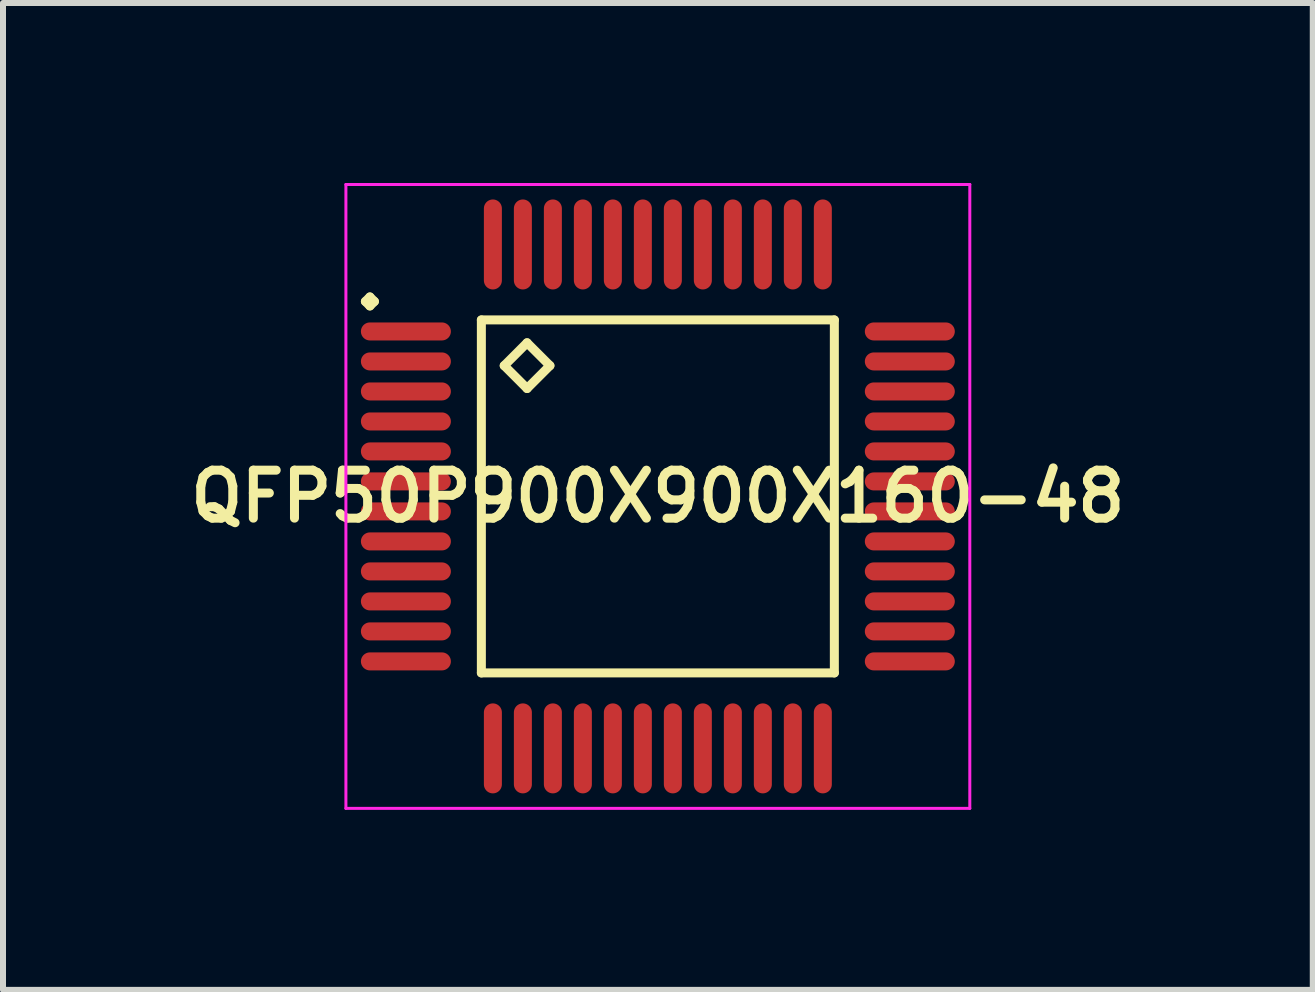
<source format=kicad_pcb>
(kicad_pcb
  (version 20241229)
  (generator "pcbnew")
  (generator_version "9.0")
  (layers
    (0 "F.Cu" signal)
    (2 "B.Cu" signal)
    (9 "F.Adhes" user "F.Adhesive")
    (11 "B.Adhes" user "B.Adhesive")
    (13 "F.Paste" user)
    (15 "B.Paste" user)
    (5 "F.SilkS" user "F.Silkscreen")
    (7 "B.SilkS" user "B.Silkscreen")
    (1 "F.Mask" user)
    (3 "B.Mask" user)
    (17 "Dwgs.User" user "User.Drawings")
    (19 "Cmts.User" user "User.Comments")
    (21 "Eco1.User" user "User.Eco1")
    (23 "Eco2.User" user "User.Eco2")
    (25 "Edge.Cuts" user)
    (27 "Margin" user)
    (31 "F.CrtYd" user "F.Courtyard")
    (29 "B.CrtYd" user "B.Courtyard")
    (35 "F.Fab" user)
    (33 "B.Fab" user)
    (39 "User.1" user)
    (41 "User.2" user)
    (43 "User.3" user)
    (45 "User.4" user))
  (footprint "QFP50P900X900X160-48"
    (layer "F.Cu")
    (at 7.916 5.225)
    (property "Reference" "QFP50P900X900X160-48" (at 0 0 0) (layer "F.SilkS") (effects (font (size 0.8 0.8) (thickness 0.15))))
    (attr smd)
    (fp_line (start -4.875 -3.25) (end -4.8 -3.325) (stroke (width 0.15) (type solid)) (layer "F.SilkS"))
    (fp_line (start -4.8 -3.325) (end -4.725 -3.25) (stroke (width 0.15) (type solid)) (layer "F.SilkS"))
    (fp_line (start -4.8 -3.175) (end -4.875 -3.25) (stroke (width 0.15) (type solid)) (layer "F.SilkS"))
    (fp_line (start -4.725 -3.25) (end -4.8 -3.175) (stroke (width 0.15) (type solid)) (layer "F.SilkS"))
    (fp_line (start -2.942 -2.942) (end -2.942 2.942) (stroke (width 0.15) (type solid)) (layer "F.SilkS"))
    (fp_line (start -2.942 2.942) (end 2.942 2.942) (stroke (width 0.15) (type solid)) (layer "F.SilkS"))
    (fp_line (start -2.561 -2.18) (end -2.18 -2.561) (stroke (width 0.15) (type solid)) (layer "F.SilkS"))
    (fp_line (start -2.18 -2.561) (end -1.799 -2.18) (stroke (width 0.15) (type solid)) (layer "F.SilkS"))
    (fp_line (start -2.18 -1.799) (end -2.561 -2.18) (stroke (width 0.15) (type solid)) (layer "F.SilkS"))
    (fp_line (start -1.799 -2.18) (end -2.18 -1.799) (stroke (width 0.15) (type solid)) (layer "F.SilkS"))
    (fp_line (start 2.942 -2.942) (end -2.942 -2.942) (stroke (width 0.15) (type solid)) (layer "F.SilkS"))
    (fp_line (start 2.942 2.942) (end 2.942 -2.942) (stroke (width 0.15) (type solid)) (layer "F.SilkS"))
    (fp_line (start -5.2 -5.2) (end 5.2 -5.2) (stroke (width 0.05) (type solid)) (layer "F.CrtYd"))
    (fp_line (start -5.2 5.2) (end -5.2 -5.2) (stroke (width 0.05) (type solid)) (layer "F.CrtYd"))
    (fp_line (start 5.2 -5.2) (end 5.2 5.2) (stroke (width 0.05) (type solid)) (layer "F.CrtYd"))
    (fp_line (start 5.2 5.2) (end -5.2 5.2) (stroke (width 0.05) (type solid)) (layer "F.CrtYd"))
    (pad "1" smd oval (at -4.2 -2.75) (size 1.5 0.3) (layers "F.Cu" "F.Mask" "F.Paste"))
    (pad "2" smd oval (at -4.2 -2.25) (size 1.5 0.3) (layers "F.Cu" "F.Mask" "F.Paste"))
    (pad "3" smd oval (at -4.2 -1.75) (size 1.5 0.3) (layers "F.Cu" "F.Mask" "F.Paste"))
    (pad "4" smd oval (at -4.2 -1.25) (size 1.5 0.3) (layers "F.Cu" "F.Mask" "F.Paste"))
    (pad "5" smd oval (at -4.2 -0.75) (size 1.5 0.3) (layers "F.Cu" "F.Mask" "F.Paste"))
    (pad "6" smd oval (at -4.2 -0.25) (size 1.5 0.3) (layers "F.Cu" "F.Mask" "F.Paste"))
    (pad "7" smd oval (at -4.2 0.25) (size 1.5 0.3) (layers "F.Cu" "F.Mask" "F.Paste"))
    (pad "8" smd oval (at -4.2 0.75) (size 1.5 0.3) (layers "F.Cu" "F.Mask" "F.Paste"))
    (pad "9" smd oval (at -4.2 1.25) (size 1.5 0.3) (layers "F.Cu" "F.Mask" "F.Paste"))
    (pad "10" smd oval (at -4.2 1.75) (size 1.5 0.3) (layers "F.Cu" "F.Mask" "F.Paste"))
    (pad "11" smd oval (at -4.2 2.25) (size 1.5 0.3) (layers "F.Cu" "F.Mask" "F.Paste"))
    (pad "12" smd oval (at -4.2 2.75) (size 1.5 0.3) (layers "F.Cu" "F.Mask" "F.Paste"))
    (pad "13" smd oval (at -2.75 4.2) (size 0.3 1.5) (layers "F.Cu" "F.Mask" "F.Paste"))
    (pad "14" smd oval (at -2.25 4.2) (size 0.3 1.5) (layers "F.Cu" "F.Mask" "F.Paste"))
    (pad "15" smd oval (at -1.75 4.2) (size 0.3 1.5) (layers "F.Cu" "F.Mask" "F.Paste"))
    (pad "16" smd oval (at -1.25 4.2) (size 0.3 1.5) (layers "F.Cu" "F.Mask" "F.Paste"))
    (pad "17" smd oval (at -0.75 4.2) (size 0.3 1.5) (layers "F.Cu" "F.Mask" "F.Paste"))
    (pad "18" smd oval (at -0.25 4.2) (size 0.3 1.5) (layers "F.Cu" "F.Mask" "F.Paste"))
    (pad "19" smd oval (at 0.25 4.2) (size 0.3 1.5) (layers "F.Cu" "F.Mask" "F.Paste"))
    (pad "20" smd oval (at 0.75 4.2) (size 0.3 1.5) (layers "F.Cu" "F.Mask" "F.Paste"))
    (pad "21" smd oval (at 1.25 4.2) (size 0.3 1.5) (layers "F.Cu" "F.Mask" "F.Paste"))
    (pad "22" smd oval (at 1.75 4.2) (size 0.3 1.5) (layers "F.Cu" "F.Mask" "F.Paste"))
    (pad "23" smd oval (at 2.25 4.2) (size 0.3 1.5) (layers "F.Cu" "F.Mask" "F.Paste"))
    (pad "24" smd oval (at 2.75 4.2) (size 0.3 1.5) (layers "F.Cu" "F.Mask" "F.Paste"))
    (pad "25" smd oval (at 4.2 2.75) (size 1.5 0.3) (layers "F.Cu" "F.Mask" "F.Paste"))
    (pad "26" smd oval (at 4.2 2.25) (size 1.5 0.3) (layers "F.Cu" "F.Mask" "F.Paste"))
    (pad "27" smd oval (at 4.2 1.75) (size 1.5 0.3) (layers "F.Cu" "F.Mask" "F.Paste"))
    (pad "28" smd oval (at 4.2 1.25) (size 1.5 0.3) (layers "F.Cu" "F.Mask" "F.Paste"))
    (pad "29" smd oval (at 4.2 0.75) (size 1.5 0.3) (layers "F.Cu" "F.Mask" "F.Paste"))
    (pad "30" smd oval (at 4.2 0.25) (size 1.5 0.3) (layers "F.Cu" "F.Mask" "F.Paste"))
    (pad "31" smd oval (at 4.2 -0.25) (size 1.5 0.3) (layers "F.Cu" "F.Mask" "F.Paste"))
    (pad "32" smd oval (at 4.2 -0.75) (size 1.5 0.3) (layers "F.Cu" "F.Mask" "F.Paste"))
    (pad "33" smd oval (at 4.2 -1.25) (size 1.5 0.3) (layers "F.Cu" "F.Mask" "F.Paste"))
    (pad "34" smd oval (at 4.2 -1.75) (size 1.5 0.3) (layers "F.Cu" "F.Mask" "F.Paste"))
    (pad "35" smd oval (at 4.2 -2.25) (size 1.5 0.3) (layers "F.Cu" "F.Mask" "F.Paste"))
    (pad "36" smd oval (at 4.2 -2.75) (size 1.5 0.3) (layers "F.Cu" "F.Mask" "F.Paste"))
    (pad "37" smd oval (at 2.75 -4.2) (size 0.3 1.5) (layers "F.Cu" "F.Mask" "F.Paste"))
    (pad "38" smd oval (at 2.25 -4.2) (size 0.3 1.5) (layers "F.Cu" "F.Mask" "F.Paste"))
    (pad "39" smd oval (at 1.75 -4.2) (size 0.3 1.5) (layers "F.Cu" "F.Mask" "F.Paste"))
    (pad "40" smd oval (at 1.25 -4.2) (size 0.3 1.5) (layers "F.Cu" "F.Mask" "F.Paste"))
    (pad "41" smd oval (at 0.75 -4.2) (size 0.3 1.5) (layers "F.Cu" "F.Mask" "F.Paste"))
    (pad "42" smd oval (at 0.25 -4.2) (size 0.3 1.5) (layers "F.Cu" "F.Mask" "F.Paste"))
    (pad "43" smd oval (at -0.25 -4.2) (size 0.3 1.5) (layers "F.Cu" "F.Mask" "F.Paste"))
    (pad "44" smd oval (at -0.75 -4.2) (size 0.3 1.5) (layers "F.Cu" "F.Mask" "F.Paste"))
    (pad "45" smd oval (at -1.25 -4.2) (size 0.3 1.5) (layers "F.Cu" "F.Mask" "F.Paste"))
    (pad "46" smd oval (at -1.75 -4.2) (size 0.3 1.5) (layers "F.Cu" "F.Mask" "F.Paste"))
    (pad "47" smd oval (at -2.25 -4.2) (size 0.3 1.5) (layers "F.Cu" "F.Mask" "F.Paste"))
    (pad "48" smd oval (at -2.75 -4.2) (size 0.3 1.5) (layers "F.Cu" "F.Mask" "F.Paste")))
  (gr_rect
    (start -3 -3)
    (end 18.833 13.45)
    (stroke (width 0.1) (type default))
    (fill no)
    (layer "Edge.Cuts")))
</source>
